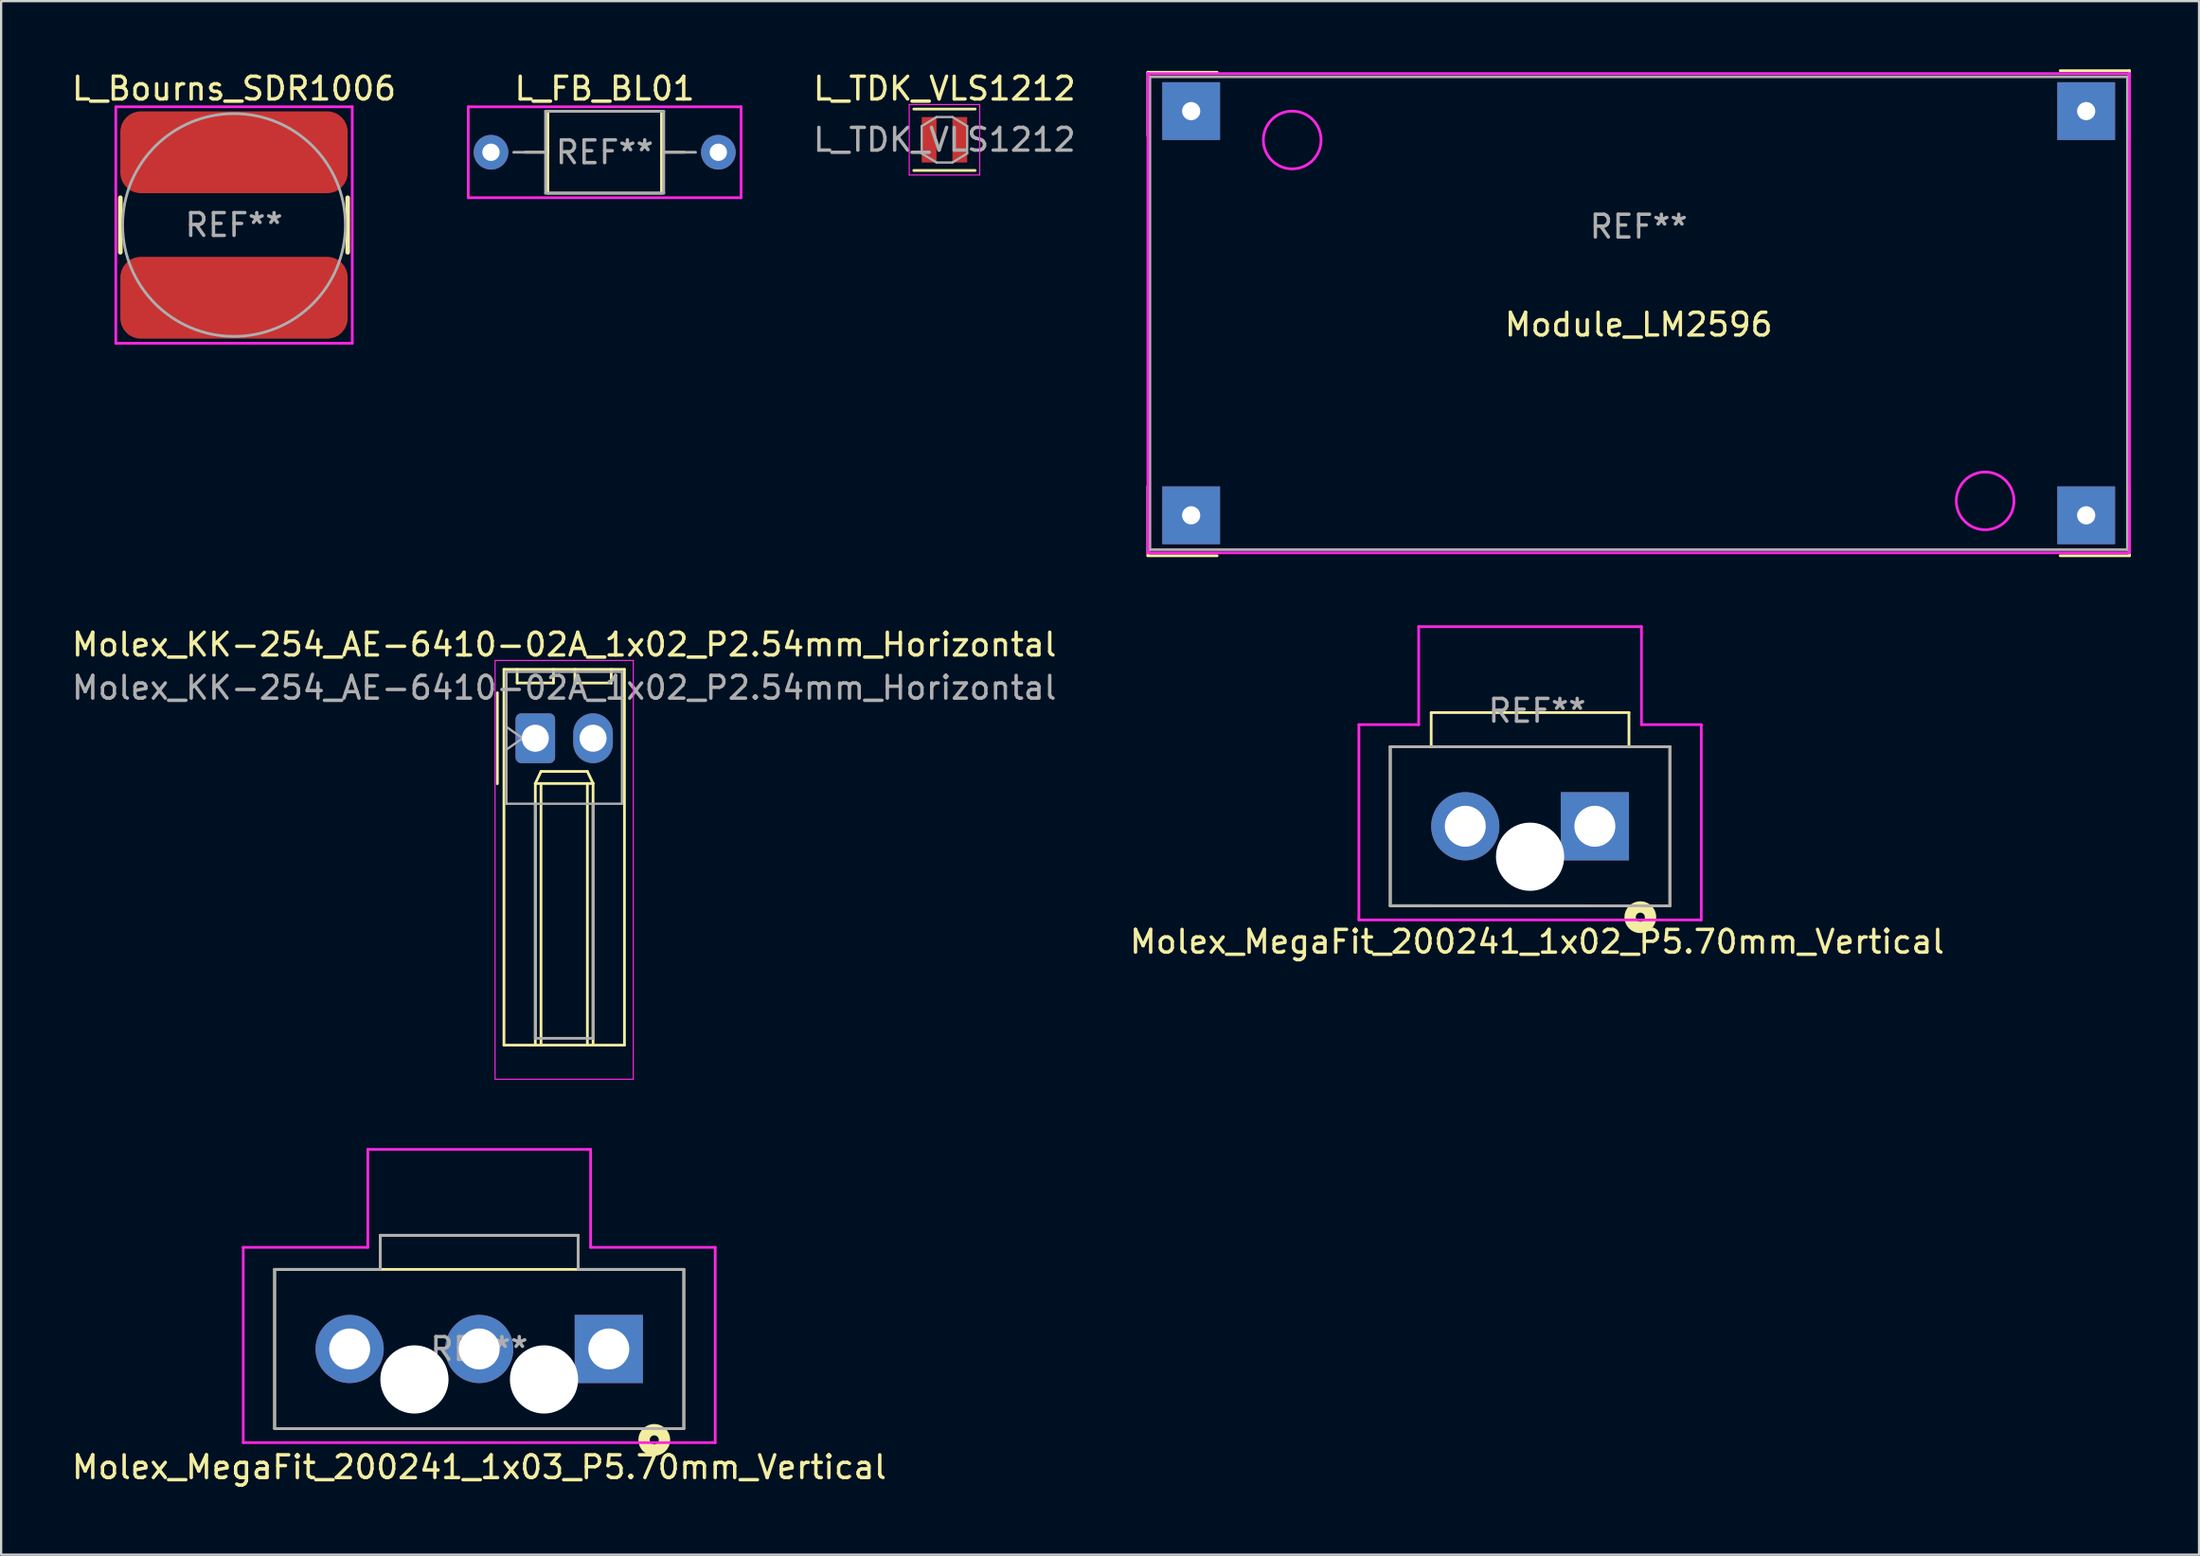
<source format=kicad_pcb>
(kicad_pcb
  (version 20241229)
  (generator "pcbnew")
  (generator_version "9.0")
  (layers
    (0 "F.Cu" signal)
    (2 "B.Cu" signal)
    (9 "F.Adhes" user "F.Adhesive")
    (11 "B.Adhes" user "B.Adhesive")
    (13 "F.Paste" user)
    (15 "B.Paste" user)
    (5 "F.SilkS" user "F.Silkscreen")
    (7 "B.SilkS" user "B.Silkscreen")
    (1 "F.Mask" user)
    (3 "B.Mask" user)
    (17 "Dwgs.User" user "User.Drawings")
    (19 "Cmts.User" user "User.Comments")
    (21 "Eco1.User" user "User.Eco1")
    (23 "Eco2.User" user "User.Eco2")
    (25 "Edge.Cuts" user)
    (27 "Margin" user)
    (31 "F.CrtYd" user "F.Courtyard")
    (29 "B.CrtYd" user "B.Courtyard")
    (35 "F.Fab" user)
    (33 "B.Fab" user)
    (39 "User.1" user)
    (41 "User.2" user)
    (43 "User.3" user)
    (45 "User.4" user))
  (footprint "Molex_MegaFit_200241_1x02_P5.70mm_Vertical"
    (layer "F.Cu")
    (at 67.105 33.296)
    (property "Reference" "Molex_MegaFit_200241_1x02_P5.70mm_Vertical" (at -2.54 5.08 0) (layer "F.SilkS") (effects (font (size 1 1) (thickness 0.15))))
    (attr through_hole)
    (fp_line (start -9 3.5) (end -9 -3.5) (stroke (width 0.12) (type solid)) (layer "F.SilkS"))
    (fp_line (start -7.2 -5) (end 1.5 -5) (stroke (width 0.12) (type solid)) (layer "F.SilkS"))
    (fp_line (start -7.2 -3.5) (end -7.2 -5) (stroke (width 0.12) (type solid)) (layer "F.SilkS"))
    (fp_line (start 1.5 -5) (end 1.5 -3.5) (stroke (width 0.12) (type solid)) (layer "F.SilkS"))
    (fp_line (start 3.3 -3.5) (end -9 -3.5) (stroke (width 0.12) (type solid)) (layer "F.SilkS"))
    (fp_line (start 3.3 3.5) (end -9 3.5) (stroke (width 0.12) (type solid)) (layer "F.SilkS"))
    (fp_line (start 3.3 3.5) (end 3.3 -3.5) (stroke (width 0.12) (type solid)) (layer "F.SilkS"))
    (fp_circle (center 2 4) (end 2.2 4) (stroke (width 0.5) (type solid)) (fill no) (layer "F.SilkS"))
    (fp_line (start -10.38 -4.47) (end -7.75 -4.47) (stroke (width 0.12) (type solid)) (layer "F.CrtYd"))
    (fp_line (start -10.38 4.12) (end -10.38 -4.47) (stroke (width 0.12) (type solid)) (layer "F.CrtYd"))
    (fp_line (start -7.75 -8.78) (end -7.75 -4.47) (stroke (width 0.12) (type solid)) (layer "F.CrtYd"))
    (fp_line (start -7.75 -8.78) (end 2.05 -8.78) (stroke (width 0.12) (type solid)) (layer "F.CrtYd"))
    (fp_line (start 2.05 -8.78) (end 2.05 -4.47) (stroke (width 0.12) (type solid)) (layer "F.CrtYd"))
    (fp_line (start 2.05 -4.47) (end 4.68 -4.47) (stroke (width 0.12) (type solid)) (layer "F.CrtYd"))
    (fp_line (start 4.68 -4.47) (end 4.68 4.12) (stroke (width 0.12) (type solid)) (layer "F.CrtYd"))
    (fp_line (start 4.68 4.12) (end -10.38 4.12) (stroke (width 0.12) (type solid)) (layer "F.CrtYd"))
    (fp_line (start -9 -3.5) (end -9 3.49) (stroke (width 0.12) (type solid)) (layer "F.Fab"))
    (fp_line (start -9 -3.5) (end 3.3 -3.5) (stroke (width 0.12) (type solid)) (layer "F.Fab"))
    (fp_line (start -9 3.49) (end 3.3 3.5) (stroke (width 0.12) (type solid)) (layer "F.Fab"))
    (fp_line (start 3.3 3.5) (end 3.3 -3.5) (stroke (width 0.12) (type solid)) (layer "F.Fab"))
    (fp_text user "REF**" (at -2.54 -5.08 0) (layer "F.Fab") (effects (font (size 1 1) (thickness 0.15))))
    (pad "" np_thru_hole circle (at -2.85 1.34) (size 3 3) (drill 3) (layers "*.Cu" "*.Mask"))
    (pad "1" thru_hole rect (at 0 0) (size 3 3) (drill 1.8) (layers "*.Cu" "*.Mask"))
    (pad "2" thru_hole circle (at -5.7 0) (size 3 3) (drill 1.8) (layers "*.Cu" "*.Mask")))
  (footprint "Molex_MegaFit_200241_1x03_P5.70mm_Vertical"
    (layer "F.Cu")
    (at 23.73 56.289)
    (property "Reference" "Molex_MegaFit_200241_1x03_P5.70mm_Vertical" (at -5.7 5.2 0) (layer "F.SilkS") (effects (font (size 1 1) (thickness 0.15))))
    (attr through_hole)
    (fp_line (start -14.7 -3.5) (end 3.3 -3.5) (stroke (width 0.12) (type solid)) (layer "F.SilkS"))
    (fp_line (start -14.7 3.5) (end -14.7 -3.5) (stroke (width 0.12) (type solid)) (layer "F.SilkS"))
    (fp_line (start -14.7 3.5) (end 3.3 3.5) (stroke (width 0.12) (type solid)) (layer "F.SilkS"))
    (fp_line (start -10.05 -5) (end -1.35 -5) (stroke (width 0.12) (type solid)) (layer "F.SilkS"))
    (fp_line (start -10.05 -3.5) (end -10.05 -5) (stroke (width 0.12) (type solid)) (layer "F.SilkS"))
    (fp_line (start -1.35 -5) (end -1.35 -3.5) (stroke (width 0.12) (type solid)) (layer "F.SilkS"))
    (fp_line (start 3.3 3.5) (end 3.3 -3.5) (stroke (width 0.12) (type solid)) (layer "F.SilkS"))
    (fp_circle (center 2 4) (end 2.2 4) (stroke (width 0.5) (type solid)) (fill no) (layer "F.SilkS"))
    (fp_line (start -16.08 -4.47) (end -10.6 -4.47) (stroke (width 0.12) (type solid)) (layer "F.CrtYd"))
    (fp_line (start -16.08 4.12) (end -16.08 -4.47) (stroke (width 0.12) (type solid)) (layer "F.CrtYd"))
    (fp_line (start -10.6 -8.78) (end -0.8 -8.78) (stroke (width 0.12) (type solid)) (layer "F.CrtYd"))
    (fp_line (start -10.6 -4.47) (end -10.6 -8.78) (stroke (width 0.12) (type solid)) (layer "F.CrtYd"))
    (fp_line (start -0.8 -4.47) (end -0.8 -8.78) (stroke (width 0.12) (type solid)) (layer "F.CrtYd"))
    (fp_line (start -0.8 -4.47) (end 4.68 -4.47) (stroke (width 0.12) (type solid)) (layer "F.CrtYd"))
    (fp_line (start 4.68 -4.47) (end 4.68 4.12) (stroke (width 0.12) (type solid)) (layer "F.CrtYd"))
    (fp_line (start 4.68 4.12) (end -16.08 4.12) (stroke (width 0.12) (type solid)) (layer "F.CrtYd"))
    (fp_line (start -14.7 -3.5) (end -14.7 3.5) (stroke (width 0.12) (type solid)) (layer "F.Fab"))
    (fp_line (start -14.7 3.5) (end 3.3 3.5) (stroke (width 0.12) (type solid)) (layer "F.Fab"))
    (fp_line (start -10.05 -5) (end -10.05 -3.5) (stroke (width 0.12) (type solid)) (layer "F.Fab"))
    (fp_line (start -10.05 -5) (end -1.35 -5) (stroke (width 0.12) (type solid)) (layer "F.Fab"))
    (fp_line (start -10.05 -3.5) (end -14.7 -3.5) (stroke (width 0.12) (type solid)) (layer "F.Fab"))
    (fp_line (start -1.35 -3.5) (end -1.35 -5) (stroke (width 0.12) (type solid)) (layer "F.Fab"))
    (fp_line (start 3.3 -3.5) (end -1.35 -3.5) (stroke (width 0.12) (type solid)) (layer "F.Fab"))
    (fp_line (start 3.3 3.5) (end 3.3 -3.5) (stroke (width 0.12) (type solid)) (layer "F.Fab"))
    (fp_text user "REF**" (at -5.7 0 0) (layer "F.Fab") (effects (font (size 1 1) (thickness 0.15))))
    (pad "" np_thru_hole circle (at -8.55 1.34) (size 3 3) (drill 3) (layers "*.Cu" "*.Mask"))
    (pad "" np_thru_hole circle (at -2.85 1.34) (size 3 3) (drill 3) (layers "*.Cu" "*.Mask"))
    (pad "1" thru_hole rect (at 0 0) (size 3 3) (drill 1.8) (layers "*.Cu" "*.Mask"))
    (pad "2" thru_hole circle (at -5.7 0) (size 3 3) (drill 1.8) (layers "*.Cu" "*.Mask"))
    (pad "3" thru_hole circle (at -11.4 0) (size 3 3) (drill 1.8) (layers "*.Cu" "*.Mask")))
  (footprint "Molex_KK-254_AE-6410-02A_1x02_P2.54mm_Horizontal"
    (layer "F.Cu")
    (at 20.498 29.424)
    (property "Reference" "Molex_KK-254_AE-6410-02A_1x02_P2.54mm_Horizontal" (at 1.27 -4.12 0) (layer "F.SilkS") (effects (font (size 1 1) (thickness 0.15))))
    (attr through_hole)
    (fp_line (start -1.67 -2) (end -1.67 2) (stroke (width 0.12) (type solid)) (layer "F.SilkS"))
    (fp_line (start -1.38 -3.03) (end -1.38 13.5) (stroke (width 0.12) (type solid)) (layer "F.SilkS"))
    (fp_line (start -1.38 13.5) (end 3.92 13.5) (stroke (width 0.12) (type solid)) (layer "F.SilkS"))
    (fp_line (start -0.8 -3.03) (end -0.8 -2.43) (stroke (width 0.12) (type solid)) (layer "F.SilkS"))
    (fp_line (start -0.8 -2.43) (end 0.8 -2.43) (stroke (width 0.12) (type solid)) (layer "F.SilkS"))
    (fp_line (start 0 1.99) (end 0.25 1.46) (stroke (width 0.12) (type solid)) (layer "F.SilkS"))
    (fp_line (start 0 1.99) (end 2.54 1.99) (stroke (width 0.12) (type solid)) (layer "F.SilkS"))
    (fp_line (start 0 13.5) (end 0 1.99) (stroke (width 0.12) (type solid)) (layer "F.SilkS"))
    (fp_line (start 0.25 1.46) (end 2.29 1.46) (stroke (width 0.12) (type solid)) (layer "F.SilkS"))
    (fp_line (start 0.25 13.5) (end 0.25 1.99) (stroke (width 0.12) (type solid)) (layer "F.SilkS"))
    (fp_line (start 0.8 -2.43) (end 0.8 -3.03) (stroke (width 0.12) (type solid)) (layer "F.SilkS"))
    (fp_line (start 1.74 -3.03) (end 1.74 -2.43) (stroke (width 0.12) (type solid)) (layer "F.SilkS"))
    (fp_line (start 1.74 -2.43) (end 3.34 -2.43) (stroke (width 0.12) (type solid)) (layer "F.SilkS"))
    (fp_line (start 2.29 1.46) (end 2.54 1.99) (stroke (width 0.12) (type solid)) (layer "F.SilkS"))
    (fp_line (start 2.29 13.5) (end 2.29 1.99) (stroke (width 0.12) (type solid)) (layer "F.SilkS"))
    (fp_line (start 2.54 1.99) (end 2.54 13.5) (stroke (width 0.12) (type solid)) (layer "F.SilkS"))
    (fp_line (start 3.34 -2.43) (end 3.34 -3.03) (stroke (width 0.12) (type solid)) (layer "F.SilkS"))
    (fp_line (start 3.92 -3.03) (end -1.38 -3.03) (stroke (width 0.12) (type solid)) (layer "F.SilkS"))
    (fp_line (start 3.92 13.5) (end 3.92 -3.03) (stroke (width 0.12) (type solid)) (layer "F.SilkS"))
    (fp_line (start -1.77 -3.42) (end -1.77 15) (stroke (width 0.05) (type solid)) (layer "F.CrtYd"))
    (fp_line (start -1.77 15) (end 4.31 15) (stroke (width 0.05) (type solid)) (layer "F.CrtYd"))
    (fp_line (start 4.31 -3.42) (end -1.77 -3.42) (stroke (width 0.05) (type solid)) (layer "F.CrtYd"))
    (fp_line (start 4.31 15) (end 4.31 -3.42) (stroke (width 0.05) (type solid)) (layer "F.CrtYd"))
    (fp_line (start -1.27 -2.92) (end -1.27 2.88) (stroke (width 0.1) (type solid)) (layer "F.Fab"))
    (fp_line (start -1.27 -0.5) (end -0.563 0) (stroke (width 0.1) (type solid)) (layer "F.Fab"))
    (fp_line (start -1.27 2.88) (end 3.81 2.88) (stroke (width 0.1) (type solid)) (layer "F.Fab"))
    (fp_line (start -0.563 0) (end -1.27 0.5) (stroke (width 0.1) (type solid)) (layer "F.Fab"))
    (fp_line (start 0 2.9) (end 0 13.2) (stroke (width 0.12) (type solid)) (layer "F.Fab"))
    (fp_line (start 0 13.2) (end 2.54 13.2) (stroke (width 0.12) (type solid)) (layer "F.Fab"))
    (fp_line (start 2.54 13.2) (end 2.54 2.9) (stroke (width 0.12) (type solid)) (layer "F.Fab"))
    (fp_line (start 3.81 -2.92) (end -1.27 -2.92) (stroke (width 0.1) (type solid)) (layer "F.Fab"))
    (fp_line (start 3.81 2.88) (end 3.81 -2.92) (stroke (width 0.1) (type solid)) (layer "F.Fab"))
    (fp_text user "${REFERENCE}" (at 1.27 -2.22 0) (layer "F.Fab") (effects (font (size 1 1) (thickness 0.15))))
    (pad "1" thru_hole roundrect (at 0 0) (size 1.74 2.19) (drill 1.19) (layers "*.Cu" "*.Mask") (roundrect_rratio 0.144))
    (pad "2" thru_hole oval (at 2.54 0) (size 1.74 2.19) (drill 1.19) (layers "*.Cu" "*.Mask")))
  (footprint "L_TDK_VLS1212"
    (layer "F.Cu")
    (at 38.495 3.098)
    (property "Reference" "L_TDK_VLS1212" (at 0 -2.25 0) (layer "F.SilkS") (effects (font (size 1 1) (thickness 0.15))))
    (attr smd)
    (fp_line (start -1.35 -1.35) (end 1.35 -1.35) (stroke (width 0.12) (type solid)) (layer "F.SilkS"))
    (fp_line (start -1.35 1.35) (end 1.35 1.35) (stroke (width 0.12) (type solid)) (layer "F.SilkS"))
    (fp_line (start -1.55 -1.55) (end -1.55 1.55) (stroke (width 0.05) (type solid)) (layer "F.CrtYd"))
    (fp_line (start -1.55 1.55) (end 1.55 1.55) (stroke (width 0.05) (type solid)) (layer "F.CrtYd"))
    (fp_line (start 1.55 -1.55) (end -1.55 -1.55) (stroke (width 0.05) (type solid)) (layer "F.CrtYd"))
    (fp_line (start 1.55 1.55) (end 1.55 -1.55) (stroke (width 0.05) (type solid)) (layer "F.CrtYd"))
    (fp_line (start -1 -0.6) (end -1 0.6) (stroke (width 0.1) (type solid)) (layer "F.Fab"))
    (fp_line (start -1 -0.6) (end -0.35 -1) (stroke (width 0.1) (type solid)) (layer "F.Fab"))
    (fp_line (start -1 0.6) (end -0.35 1) (stroke (width 0.1) (type solid)) (layer "F.Fab"))
    (fp_line (start -0.35 -1) (end 0.35 -1) (stroke (width 0.1) (type solid)) (layer "F.Fab"))
    (fp_line (start -0.35 1) (end 0.35 1) (stroke (width 0.1) (type solid)) (layer "F.Fab"))
    (fp_line (start 0.35 -1) (end 1 -0.6) (stroke (width 0.1) (type solid)) (layer "F.Fab"))
    (fp_line (start 0.35 1) (end 1 0.6) (stroke (width 0.1) (type solid)) (layer "F.Fab"))
    (fp_line (start 1 -0.6) (end 1 0.6) (stroke (width 0.1) (type solid)) (layer "F.Fab"))
    (fp_text user "${REFERENCE}" (at 0 0 0) (layer "F.Fab") (effects (font (size 1 1) (thickness 0.15))))
    (pad "1" smd rect (at -0.675 0) (size 0.65 2) (layers "F.Cu" "F.Mask" "F.Paste"))
    (pad "2" smd rect (at 0.675 0) (size 0.65 2) (layers "F.Cu" "F.Mask" "F.Paste")))
  (footprint "L_Bourns_SDR1006"
    (layer "F.Cu")
    (at 7.244 6.848)
    (property "Reference" "L_Bourns_SDR1006" (at 0 -6 0) (layer "F.SilkS") (effects (font (size 1 1) (thickness 0.15))))
    (attr through_hole)
    (fp_line (start -5 -1.2) (end -5 1.2) (stroke (width 0.2) (type solid)) (layer "F.SilkS"))
    (fp_line (start 5 -1.2) (end 5 1.2) (stroke (width 0.2) (type solid)) (layer "F.SilkS"))
    (fp_line (start -5.2 -5.2) (end 5.2 -5.2) (stroke (width 0.12) (type solid)) (layer "F.CrtYd"))
    (fp_line (start -5.2 5.2) (end -5.2 -5.2) (stroke (width 0.12) (type solid)) (layer "F.CrtYd"))
    (fp_line (start 5.2 -5.2) (end 5.2 5.2) (stroke (width 0.12) (type solid)) (layer "F.CrtYd"))
    (fp_line (start 5.2 5.2) (end -5.2 5.2) (stroke (width 0.12) (type solid)) (layer "F.CrtYd"))
    (fp_circle (center 0 0) (end 4.9 0) (stroke (width 0.12) (type solid)) (fill no) (layer "F.Fab"))
    (fp_text user "REF**" (at 0 0 0) (layer "F.Fab") (effects (font (size 1 1) (thickness 0.15))))
    (pad "1" smd roundrect (at 0 -3.2) (size 10 3.6) (layers "F.Cu" "F.Mask" "F.Paste") (roundrect_rratio 0.25))
    (pad "2" smd roundrect (at 0 3.2) (size 10 3.6) (layers "F.Cu" "F.Mask" "F.Paste") (roundrect_rratio 0.25)))
  (footprint "L_FB_BL01"
    (layer "F.Cu")
    (at 23.548 3.648)
    (property "Reference" "L_FB_BL01" (at 0 -2.8 0) (layer "F.SilkS") (effects (font (size 1 1) (thickness 0.15))))
    (attr through_hole)
    (fp_line (start -2.5 -1.8) (end -2.5 0) (stroke (width 0.12) (type solid)) (layer "F.SilkS"))
    (fp_line (start -2.5 -1.8) (end -2.5 1.8) (stroke (width 0.12) (type solid)) (layer "F.SilkS"))
    (fp_line (start -2.5 0) (end -3.5 0) (stroke (width 0.12) (type solid)) (layer "F.SilkS"))
    (fp_line (start -2.5 1.8) (end 2.5 1.8) (stroke (width 0.12) (type solid)) (layer "F.SilkS"))
    (fp_line (start 2.5 -1.8) (end -2.5 -1.8) (stroke (width 0.12) (type solid)) (layer "F.SilkS"))
    (fp_line (start 2.5 0) (end 3.5 0) (stroke (width 0.12) (type solid)) (layer "F.SilkS"))
    (fp_line (start 2.5 1.8) (end 2.5 -1.8) (stroke (width 0.12) (type solid)) (layer "F.SilkS"))
    (fp_line (start -6 -2) (end -6 2) (stroke (width 0.12) (type solid)) (layer "F.CrtYd"))
    (fp_line (start -6 2) (end 6 2) (stroke (width 0.12) (type solid)) (layer "F.CrtYd"))
    (fp_line (start 6 -2) (end -6 -2) (stroke (width 0.12) (type solid)) (layer "F.CrtYd"))
    (fp_line (start 6 2) (end 6 -2) (stroke (width 0.12) (type solid)) (layer "F.CrtYd"))
    (fp_line (start -4 0) (end -2.6 0) (stroke (width 0.12) (type solid)) (layer "F.Fab"))
    (fp_line (start -2.6 -1.8) (end 2.6 -1.8) (stroke (width 0.12) (type solid)) (layer "F.Fab"))
    (fp_line (start -2.6 1.8) (end -2.6 -1.8) (stroke (width 0.12) (type solid)) (layer "F.Fab"))
    (fp_line (start 2.6 -1.8) (end 2.6 1.8) (stroke (width 0.12) (type solid)) (layer "F.Fab"))
    (fp_line (start 2.6 0) (end 4 0) (stroke (width 0.12) (type solid)) (layer "F.Fab"))
    (fp_line (start 2.6 1.8) (end -2.6 1.8) (stroke (width 0.12) (type solid)) (layer "F.Fab"))
    (fp_text user "REF**" (at 0 0 0) (layer "F.Fab") (effects (font (size 1 1) (thickness 0.15))))
    (pad "1" thru_hole circle (at -5 0) (size 1.524 1.524) (drill 0.762) (layers "*.Cu" "*.Mask"))
    (pad "2" thru_hole circle (at 5 0) (size 1.524 1.524) (drill 0.762) (layers "*.Cu" "*.Mask")))
  (footprint "Module_LM2596"
    (layer "F.Cu")
    (at 69.032 10.728)
    (property "Reference" "Module_LM2596" (at 0 0.5 0) (layer "F.SilkS") (effects (font (size 1 1) (thickness 0.15))))
    (attr through_hole)
    (fp_line (start -21.59 -10.6) (end -18.542 -10.6) (stroke (width 0.12) (type solid)) (layer "F.SilkS"))
    (fp_line (start -21.59 -7.806) (end -21.59 -10.6) (stroke (width 0.12) (type solid)) (layer "F.SilkS"))
    (fp_line (start -21.59 7.62) (end -21.59 10.668) (stroke (width 0.12) (type solid)) (layer "F.SilkS"))
    (fp_line (start -21.59 10.668) (end -18.542 10.668) (stroke (width 0.12) (type solid)) (layer "F.SilkS"))
    (fp_line (start 18.542 10.668) (end 21.59 10.668) (stroke (width 0.12) (type solid)) (layer "F.SilkS"))
    (fp_line (start 21.59 -10.668) (end 18.542 -10.668) (stroke (width 0.12) (type solid)) (layer "F.SilkS"))
    (fp_line (start 21.59 -7.62) (end 21.59 -10.668) (stroke (width 0.12) (type solid)) (layer "F.SilkS"))
    (fp_line (start 21.59 10.668) (end 21.59 7.62) (stroke (width 0.12) (type solid)) (layer "F.SilkS"))
    (fp_line (start -21.59 -10.541) (end -21.59 10.541) (stroke (width 0.12) (type solid)) (layer "F.CrtYd"))
    (fp_line (start -21.59 -10.541) (end 21.59 -10.541) (stroke (width 0.12) (type solid)) (layer "F.CrtYd"))
    (fp_line (start -21.59 10.541) (end 21.59 10.541) (stroke (width 0.12) (type solid)) (layer "F.CrtYd"))
    (fp_line (start 21.59 10.541) (end 21.59 -10.541) (stroke (width 0.12) (type solid)) (layer "F.CrtYd"))
    (fp_circle (center -15.24 -7.62) (end -13.97 -7.62) (stroke (width 0.12) (type solid)) (fill no) (layer "F.CrtYd"))
    (fp_circle (center 15.24 8.255) (end 16.51 8.255) (stroke (width 0.12) (type solid)) (fill no) (layer "F.CrtYd"))
    (fp_line (start -21.5 -10.4) (end -21.5 10.4) (stroke (width 0.12) (type solid)) (layer "F.Fab"))
    (fp_line (start -21.5 10.4) (end 21.5 10.4) (stroke (width 0.12) (type solid)) (layer "F.Fab"))
    (fp_line (start 21.5 -10.4) (end -21.5 -10.4) (stroke (width 0.12) (type solid)) (layer "F.Fab"))
    (fp_line (start 21.5 10.4) (end 21.5 -10.4) (stroke (width 0.12) (type solid)) (layer "F.Fab"))
    (fp_text user "REF**" (at 0 -3.81 0) (layer "F.Fab") (effects (font (size 1 1) (thickness 0.15))))
    (pad "1" thru_hole rect (at -19.685 -8.89) (size 2.54 2.54) (drill 0.8) (layers "*.Cu" "*.Mask"))
    (pad "2" thru_hole rect (at -19.685 8.89) (size 2.54 2.54) (drill 0.8) (layers "*.Cu" "*.Mask"))
    (pad "3" thru_hole rect (at 19.685 8.89) (size 2.54 2.54) (drill 0.8) (layers "*.Cu" "*.Mask"))
    (pad "4" thru_hole rect (at 19.685 -8.89) (size 2.54 2.54) (drill 0.8) (layers "*.Cu" "*.Mask")))
  (gr_rect
    (start -3 -3)
    (end 93.682 65.338)
    (stroke (width 0.1) (type default))
    (fill no)
    (layer "Edge.Cuts")))
</source>
